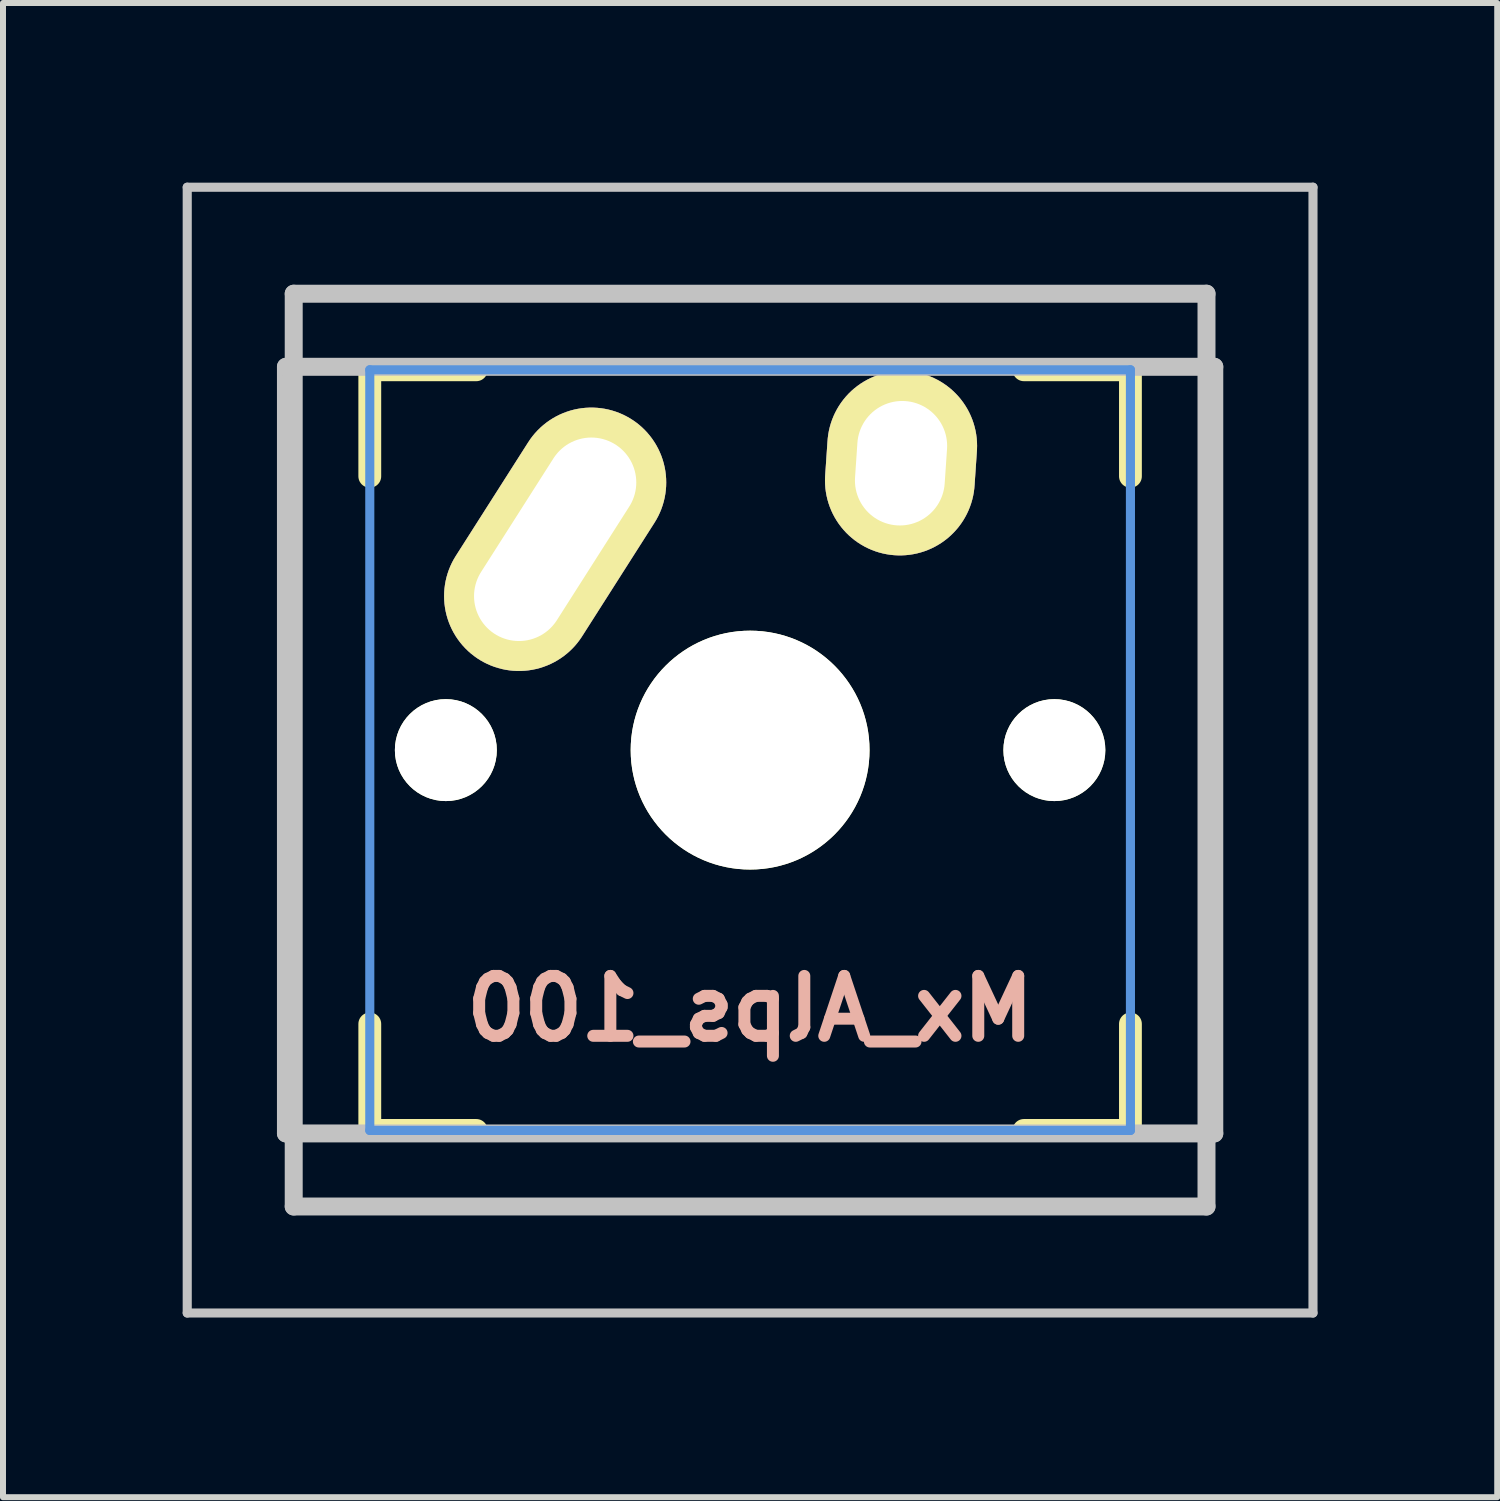
<source format=kicad_pcb>
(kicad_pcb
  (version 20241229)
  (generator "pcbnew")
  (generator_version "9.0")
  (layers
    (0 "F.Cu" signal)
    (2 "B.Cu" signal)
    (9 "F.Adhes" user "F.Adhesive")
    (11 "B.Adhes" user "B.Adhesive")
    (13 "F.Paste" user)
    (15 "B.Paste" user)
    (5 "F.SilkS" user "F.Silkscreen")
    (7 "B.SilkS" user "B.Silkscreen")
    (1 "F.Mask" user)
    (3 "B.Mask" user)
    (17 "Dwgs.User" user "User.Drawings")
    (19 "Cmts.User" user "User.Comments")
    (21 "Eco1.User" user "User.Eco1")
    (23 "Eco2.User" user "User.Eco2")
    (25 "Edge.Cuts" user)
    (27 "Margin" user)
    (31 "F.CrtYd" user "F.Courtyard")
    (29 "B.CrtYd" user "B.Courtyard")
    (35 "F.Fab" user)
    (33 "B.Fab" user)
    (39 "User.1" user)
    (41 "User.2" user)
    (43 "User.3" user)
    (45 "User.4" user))
  (footprint "Mx_Alps_100"
    (layer "F.Cu")
    (at 9.474 9.474)
    (property "Reference" "Mx_Alps_100" (at 0 4.318 0) (layer "B.SilkS") (effects (font (size 1 1) (thickness 0.2)) (justify mirror)))
    (attr through_hole)
    (fp_line (start -6.35 -6.35) (end -4.572 -6.35) (stroke (width 0.381) (type solid)) (layer "F.SilkS"))
    (fp_line (start -6.35 -4.572) (end -6.35 -6.35) (stroke (width 0.381) (type solid)) (layer "F.SilkS"))
    (fp_line (start -6.35 6.35) (end -6.35 4.572) (stroke (width 0.381) (type solid)) (layer "F.SilkS"))
    (fp_line (start -4.572 6.35) (end -6.35 6.35) (stroke (width 0.381) (type solid)) (layer "F.SilkS"))
    (fp_line (start 4.572 -6.35) (end 6.35 -6.35) (stroke (width 0.381) (type solid)) (layer "F.SilkS"))
    (fp_line (start 6.35 -6.35) (end 6.35 -4.572) (stroke (width 0.381) (type solid)) (layer "F.SilkS"))
    (fp_line (start 6.35 4.572) (end 6.35 6.35) (stroke (width 0.381) (type solid)) (layer "F.SilkS"))
    (fp_line (start 6.35 6.35) (end 4.572 6.35) (stroke (width 0.381) (type solid)) (layer "F.SilkS"))
    (fp_line (start -9.398 -9.398) (end 9.398 -9.398) (stroke (width 0.152) (type solid)) (layer "Dwgs.User"))
    (fp_line (start -9.398 9.398) (end -9.398 -9.398) (stroke (width 0.152) (type solid)) (layer "Dwgs.User"))
    (fp_line (start -7.75 6.4) (end -7.75 -6.4) (stroke (width 0.3) (type solid)) (layer "Dwgs.User"))
    (fp_line (start -7.75 6.4) (end 7.75 6.4) (stroke (width 0.3) (type solid)) (layer "Dwgs.User"))
    (fp_line (start -7.62 -7.62) (end 7.62 -7.62) (stroke (width 0.3) (type solid)) (layer "Dwgs.User"))
    (fp_line (start -7.62 7.62) (end -7.62 -7.62) (stroke (width 0.3) (type solid)) (layer "Dwgs.User"))
    (fp_line (start 7.62 -7.62) (end 7.62 7.62) (stroke (width 0.3) (type solid)) (layer "Dwgs.User"))
    (fp_line (start 7.62 7.62) (end -7.62 7.62) (stroke (width 0.3) (type solid)) (layer "Dwgs.User"))
    (fp_line (start 7.75 -6.4) (end -7.75 -6.4) (stroke (width 0.3) (type solid)) (layer "Dwgs.User"))
    (fp_line (start 7.75 6.4) (end 7.75 -6.4) (stroke (width 0.3) (type solid)) (layer "Dwgs.User"))
    (fp_line (start 9.398 -9.398) (end 9.398 9.398) (stroke (width 0.152) (type solid)) (layer "Dwgs.User"))
    (fp_line (start 9.398 9.398) (end -9.398 9.398) (stroke (width 0.152) (type solid)) (layer "Dwgs.User"))
    (fp_line (start -6.35 -6.35) (end 6.35 -6.35) (stroke (width 0.152) (type solid)) (layer "Cmts.User"))
    (fp_line (start -6.35 6.35) (end -6.35 -6.35) (stroke (width 0.152) (type solid)) (layer "Cmts.User"))
    (fp_line (start 6.35 -6.35) (end 6.35 6.35) (stroke (width 0.152) (type solid)) (layer "Cmts.User"))
    (fp_line (start 6.35 6.35) (end -6.35 6.35) (stroke (width 0.152) (type solid)) (layer "Cmts.User"))
    (fp_line (start -6.985 -6.985) (end 6.985 -6.985) (stroke (width 0.152) (type solid)) (layer "Eco2.User"))
    (fp_line (start -6.985 6.985) (end -6.985 -6.985) (stroke (width 0.152) (type solid)) (layer "Eco2.User"))
    (fp_line (start 6.985 -6.985) (end 6.985 6.985) (stroke (width 0.152) (type solid)) (layer "Eco2.User"))
    (fp_line (start 6.985 6.985) (end -6.985 6.985) (stroke (width 0.152) (type solid)) (layer "Eco2.User"))
    (pad "" np_thru_hole circle (at -5.08 0) (size 1.702 1.702) (drill 1.702) (layers "*.Cu" "*.Mask" "F.SilkS"))
    (pad "" np_thru_hole circle (at 0 0) (size 3.988 3.988) (drill 3.988) (layers "*.Cu" "*.Mask" "F.SilkS"))
    (pad "" np_thru_hole circle (at 5.08 0) (size 1.702 1.702) (drill 1.702) (layers "*.Cu" "*.Mask" "F.SilkS"))
    (pad "1" thru_hole oval (at -3.255 -3.52 327.5) (size 2.5 4.75) (drill oval 1.5 3.75) (layers "*.Cu" "*.Mask" "F.SilkS"))
    (pad "2" thru_hole oval (at 2.52 -4.79 356.1) (size 2.5 3.08) (drill oval 1.5 2.08) (layers "*.Cu" "*.Mask" "F.SilkS")))
  (gr_rect
    (start -3 -3)
    (end 21.948 21.948)
    (stroke (width 0.1) (type default))
    (fill no)
    (layer "Edge.Cuts")))
</source>
